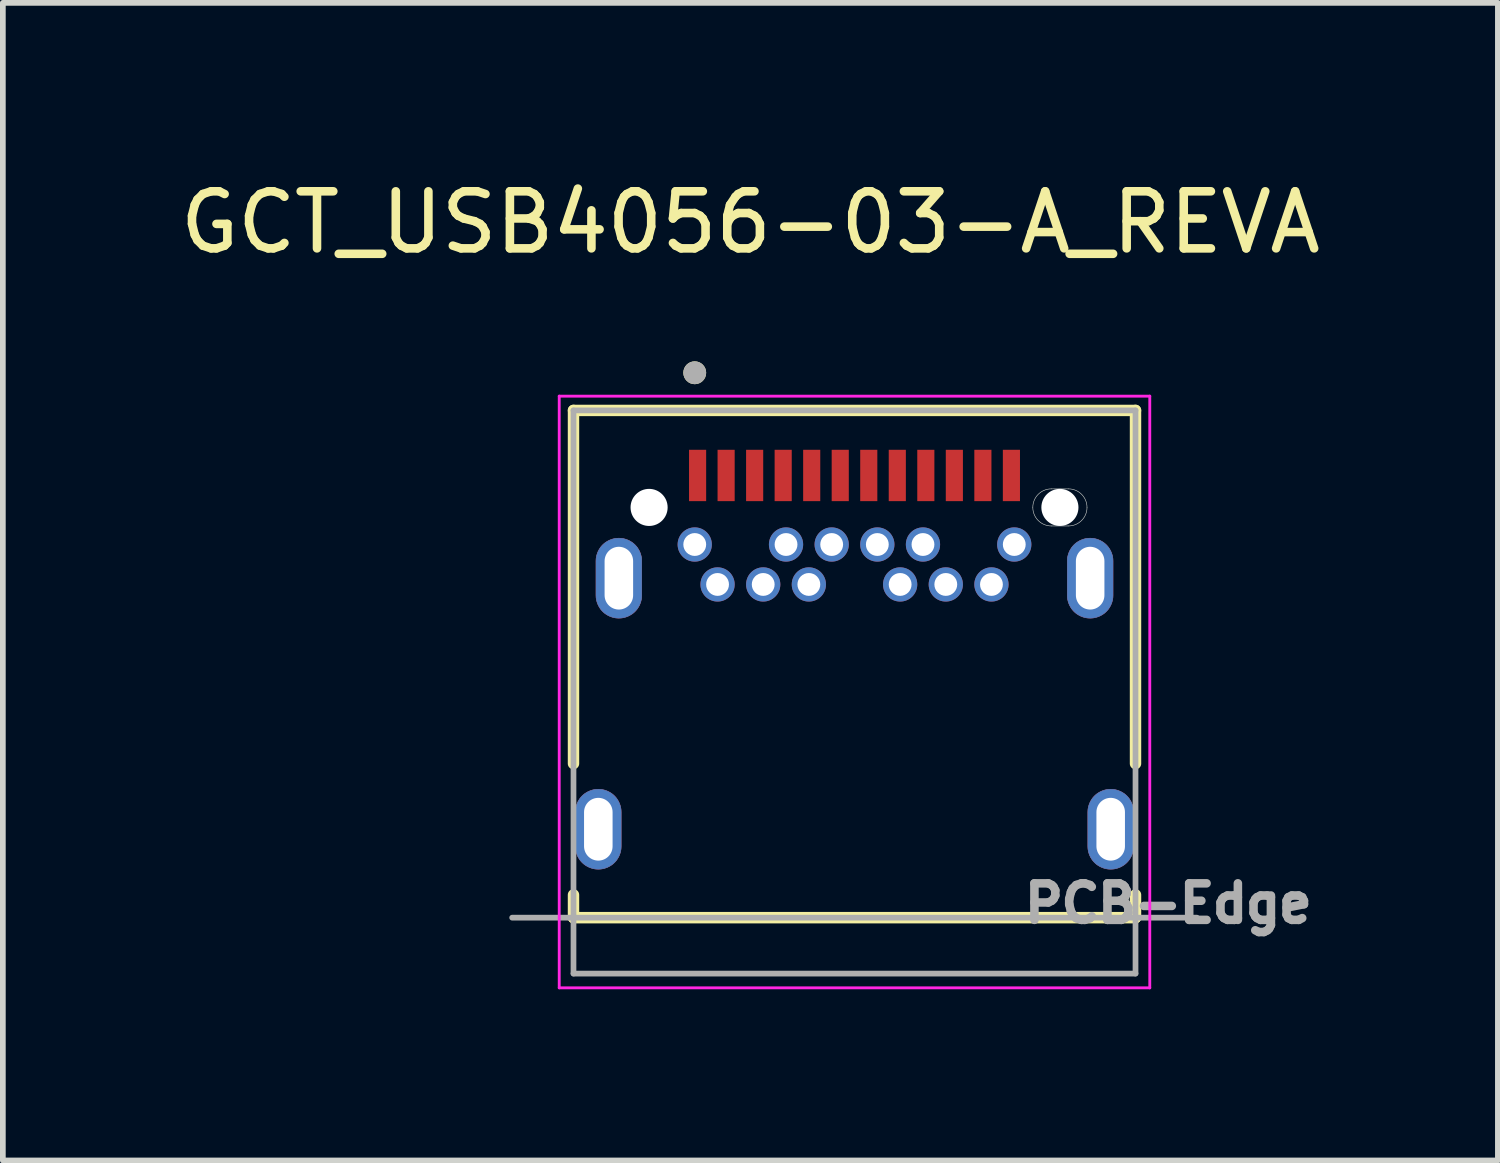
<source format=kicad_pcb>
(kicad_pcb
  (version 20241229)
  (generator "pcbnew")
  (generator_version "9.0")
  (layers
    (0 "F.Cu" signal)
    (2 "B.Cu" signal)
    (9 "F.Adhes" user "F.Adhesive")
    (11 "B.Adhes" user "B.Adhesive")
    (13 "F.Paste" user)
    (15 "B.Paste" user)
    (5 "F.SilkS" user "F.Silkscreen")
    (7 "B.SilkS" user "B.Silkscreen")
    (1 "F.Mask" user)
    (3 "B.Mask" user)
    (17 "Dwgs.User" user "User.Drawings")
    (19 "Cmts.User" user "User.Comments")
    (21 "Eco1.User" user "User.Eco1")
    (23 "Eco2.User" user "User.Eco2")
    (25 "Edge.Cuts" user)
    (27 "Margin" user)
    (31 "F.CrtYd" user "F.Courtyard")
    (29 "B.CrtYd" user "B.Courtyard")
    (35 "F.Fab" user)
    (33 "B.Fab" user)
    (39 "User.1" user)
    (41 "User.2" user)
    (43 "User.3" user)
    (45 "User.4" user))
  (footprint "GCT_USB4056-03-A_REVA"
    (layer "F.Cu")
    (at 11.926 11.483)
    (property "Reference" "GCT_USB4056-03-A_REVA" (at -1.825 -10.635 0) (layer "F.SilkS") (effects (font (size 1 1) (thickness 0.15))))
    (attr through_hole)
    (fp_poly (pts (xy -4.49 -0.7) (xy -4.511 -0.699) (xy -4.532 -0.698) (xy -4.553 -0.695) (xy -4.573 -0.691) (xy -4.594 -0.686) (xy -4.614 -0.68) (xy -4.633 -0.673) (xy -4.653 -0.665) (xy -4.672 -0.656) (xy -4.69 -0.646) (xy -4.708 -0.635) (xy -4.725 -0.624) (xy -4.742 -0.611) (xy -4.758 -0.597) (xy -4.773 -0.583) (xy -4.787 -0.568) (xy -4.801 -0.552) (xy -4.814 -0.535) (xy -4.825 -0.518) (xy -4.836 -0.5) (xy -4.846 -0.482) (xy -4.855 -0.463) (xy -4.863 -0.443) (xy -4.87 -0.424) (xy -4.876 -0.404) (xy -4.881 -0.383) (xy -4.885 -0.363) (xy -4.888 -0.342) (xy -4.889 -0.321) (xy -4.89 -0.3) (xy -4.89 0.3) (xy -4.889 0.321) (xy -4.888 0.342) (xy -4.885 0.363) (xy -4.881 0.383) (xy -4.876 0.404) (xy -4.87 0.424) (xy -4.863 0.443) (xy -4.855 0.463) (xy -4.846 0.482) (xy -4.836 0.5) (xy -4.825 0.518) (xy -4.814 0.535) (xy -4.801 0.552) (xy -4.787 0.568) (xy -4.773 0.583) (xy -4.758 0.597) (xy -4.742 0.611) (xy -4.725 0.624) (xy -4.708 0.635) (xy -4.69 0.646) (xy -4.672 0.656) (xy -4.653 0.665) (xy -4.633 0.673) (xy -4.614 0.68) (xy -4.594 0.686) (xy -4.573 0.691) (xy -4.553 0.695) (xy -4.532 0.698) (xy -4.511 0.699) (xy -4.49 0.7) (xy -4.469 0.699) (xy -4.448 0.698) (xy -4.427 0.695) (xy -4.407 0.691) (xy -4.386 0.686) (xy -4.366 0.68) (xy -4.347 0.673) (xy -4.327 0.665) (xy -4.308 0.656) (xy -4.29 0.646) (xy -4.272 0.635) (xy -4.255 0.624) (xy -4.238 0.611) (xy -4.222 0.597) (xy -4.207 0.583) (xy -4.193 0.568) (xy -4.179 0.552) (xy -4.166 0.535) (xy -4.155 0.518) (xy -4.144 0.5) (xy -4.134 0.482) (xy -4.125 0.463) (xy -4.117 0.443) (xy -4.11 0.424) (xy -4.104 0.404) (xy -4.099 0.383) (xy -4.095 0.363) (xy -4.092 0.342) (xy -4.091 0.321) (xy -4.09 0.3) (xy -4.09 -0.3) (xy -4.091 -0.321) (xy -4.092 -0.342) (xy -4.095 -0.363) (xy -4.099 -0.383) (xy -4.104 -0.404) (xy -4.11 -0.424) (xy -4.117 -0.443) (xy -4.125 -0.463) (xy -4.134 -0.482) (xy -4.144 -0.5) (xy -4.155 -0.518) (xy -4.166 -0.535) (xy -4.179 -0.552) (xy -4.193 -0.568) (xy -4.207 -0.583) (xy -4.222 -0.597) (xy -4.238 -0.611) (xy -4.255 -0.624) (xy -4.272 -0.635) (xy -4.29 -0.646) (xy -4.308 -0.656) (xy -4.327 -0.665) (xy -4.347 -0.673) (xy -4.366 -0.68) (xy -4.386 -0.686) (xy -4.407 -0.691) (xy -4.427 -0.695) (xy -4.448 -0.698) (xy -4.469 -0.699) (xy -4.49 -0.7)) (stroke (width 0.01) (type solid)) (fill yes) (layer "F.Cu"))
    (fp_poly (pts (xy -4.13 -5.1) (xy -4.151 -5.099) (xy -4.172 -5.098) (xy -4.193 -5.095) (xy -4.213 -5.091) (xy -4.234 -5.086) (xy -4.254 -5.08) (xy -4.273 -5.073) (xy -4.293 -5.065) (xy -4.312 -5.056) (xy -4.33 -5.046) (xy -4.348 -5.035) (xy -4.365 -5.024) (xy -4.382 -5.011) (xy -4.398 -4.997) (xy -4.413 -4.983) (xy -4.427 -4.968) (xy -4.441 -4.952) (xy -4.454 -4.935) (xy -4.465 -4.918) (xy -4.476 -4.9) (xy -4.486 -4.882) (xy -4.495 -4.863) (xy -4.503 -4.843) (xy -4.51 -4.824) (xy -4.516 -4.804) (xy -4.521 -4.783) (xy -4.525 -4.763) (xy -4.528 -4.742) (xy -4.529 -4.721) (xy -4.53 -4.7) (xy -4.53 -4.1) (xy -4.529 -4.079) (xy -4.528 -4.058) (xy -4.525 -4.037) (xy -4.521 -4.017) (xy -4.516 -3.996) (xy -4.51 -3.976) (xy -4.503 -3.957) (xy -4.495 -3.937) (xy -4.486 -3.918) (xy -4.476 -3.9) (xy -4.465 -3.882) (xy -4.454 -3.865) (xy -4.441 -3.848) (xy -4.427 -3.832) (xy -4.413 -3.817) (xy -4.398 -3.803) (xy -4.382 -3.789) (xy -4.365 -3.776) (xy -4.348 -3.765) (xy -4.33 -3.754) (xy -4.312 -3.744) (xy -4.293 -3.735) (xy -4.273 -3.727) (xy -4.254 -3.72) (xy -4.234 -3.714) (xy -4.213 -3.709) (xy -4.193 -3.705) (xy -4.172 -3.702) (xy -4.151 -3.701) (xy -4.13 -3.7) (xy -4.109 -3.701) (xy -4.088 -3.702) (xy -4.067 -3.705) (xy -4.047 -3.709) (xy -4.026 -3.714) (xy -4.006 -3.72) (xy -3.987 -3.727) (xy -3.967 -3.735) (xy -3.948 -3.744) (xy -3.93 -3.754) (xy -3.912 -3.765) (xy -3.895 -3.776) (xy -3.878 -3.789) (xy -3.862 -3.803) (xy -3.847 -3.817) (xy -3.833 -3.832) (xy -3.819 -3.848) (xy -3.806 -3.865) (xy -3.795 -3.882) (xy -3.784 -3.9) (xy -3.774 -3.918) (xy -3.765 -3.937) (xy -3.757 -3.957) (xy -3.75 -3.976) (xy -3.744 -3.996) (xy -3.739 -4.017) (xy -3.735 -4.037) (xy -3.732 -4.058) (xy -3.731 -4.079) (xy -3.73 -4.1) (xy -3.73 -4.7) (xy -3.731 -4.721) (xy -3.732 -4.742) (xy -3.735 -4.763) (xy -3.739 -4.783) (xy -3.744 -4.804) (xy -3.75 -4.824) (xy -3.757 -4.843) (xy -3.765 -4.863) (xy -3.774 -4.882) (xy -3.784 -4.9) (xy -3.795 -4.918) (xy -3.806 -4.935) (xy -3.819 -4.952) (xy -3.833 -4.968) (xy -3.847 -4.983) (xy -3.862 -4.997) (xy -3.878 -5.011) (xy -3.895 -5.024) (xy -3.912 -5.035) (xy -3.93 -5.046) (xy -3.948 -5.056) (xy -3.967 -5.065) (xy -3.987 -5.073) (xy -4.006 -5.08) (xy -4.026 -5.086) (xy -4.047 -5.091) (xy -4.067 -5.095) (xy -4.088 -5.098) (xy -4.109 -5.099) (xy -4.13 -5.1)) (stroke (width 0.01) (type solid)) (fill yes) (layer "F.Cu"))
    (fp_poly (pts (xy 4.13 -5.1) (xy 4.109 -5.099) (xy 4.088 -5.098) (xy 4.067 -5.095) (xy 4.047 -5.091) (xy 4.026 -5.086) (xy 4.006 -5.08) (xy 3.987 -5.073) (xy 3.967 -5.065) (xy 3.948 -5.056) (xy 3.93 -5.046) (xy 3.912 -5.035) (xy 3.895 -5.024) (xy 3.878 -5.011) (xy 3.862 -4.997) (xy 3.847 -4.983) (xy 3.833 -4.968) (xy 3.819 -4.952) (xy 3.806 -4.935) (xy 3.795 -4.918) (xy 3.784 -4.9) (xy 3.774 -4.882) (xy 3.765 -4.863) (xy 3.757 -4.843) (xy 3.75 -4.824) (xy 3.744 -4.804) (xy 3.739 -4.783) (xy 3.735 -4.763) (xy 3.732 -4.742) (xy 3.731 -4.721) (xy 3.73 -4.7) (xy 3.73 -4.1) (xy 3.731 -4.079) (xy 3.732 -4.058) (xy 3.735 -4.037) (xy 3.739 -4.017) (xy 3.744 -3.996) (xy 3.75 -3.976) (xy 3.757 -3.957) (xy 3.765 -3.937) (xy 3.774 -3.918) (xy 3.784 -3.9) (xy 3.795 -3.882) (xy 3.806 -3.865) (xy 3.819 -3.848) (xy 3.833 -3.832) (xy 3.847 -3.817) (xy 3.862 -3.803) (xy 3.878 -3.789) (xy 3.895 -3.776) (xy 3.912 -3.765) (xy 3.93 -3.754) (xy 3.948 -3.744) (xy 3.967 -3.735) (xy 3.987 -3.727) (xy 4.006 -3.72) (xy 4.026 -3.714) (xy 4.047 -3.709) (xy 4.067 -3.705) (xy 4.088 -3.702) (xy 4.109 -3.701) (xy 4.13 -3.7) (xy 4.151 -3.701) (xy 4.172 -3.702) (xy 4.193 -3.705) (xy 4.213 -3.709) (xy 4.234 -3.714) (xy 4.254 -3.72) (xy 4.273 -3.727) (xy 4.293 -3.735) (xy 4.312 -3.744) (xy 4.33 -3.754) (xy 4.348 -3.765) (xy 4.365 -3.776) (xy 4.382 -3.789) (xy 4.398 -3.803) (xy 4.413 -3.817) (xy 4.427 -3.832) (xy 4.441 -3.848) (xy 4.454 -3.865) (xy 4.465 -3.882) (xy 4.476 -3.9) (xy 4.486 -3.918) (xy 4.495 -3.937) (xy 4.503 -3.957) (xy 4.51 -3.976) (xy 4.516 -3.996) (xy 4.521 -4.017) (xy 4.525 -4.037) (xy 4.528 -4.058) (xy 4.529 -4.079) (xy 4.53 -4.1) (xy 4.53 -4.7) (xy 4.529 -4.721) (xy 4.528 -4.742) (xy 4.525 -4.763) (xy 4.521 -4.783) (xy 4.516 -4.804) (xy 4.51 -4.824) (xy 4.503 -4.843) (xy 4.495 -4.863) (xy 4.486 -4.882) (xy 4.476 -4.9) (xy 4.465 -4.918) (xy 4.454 -4.935) (xy 4.441 -4.952) (xy 4.427 -4.968) (xy 4.413 -4.983) (xy 4.398 -4.997) (xy 4.382 -5.011) (xy 4.365 -5.024) (xy 4.348 -5.035) (xy 4.33 -5.046) (xy 4.312 -5.056) (xy 4.293 -5.065) (xy 4.273 -5.073) (xy 4.254 -5.08) (xy 4.234 -5.086) (xy 4.213 -5.091) (xy 4.193 -5.095) (xy 4.172 -5.098) (xy 4.151 -5.099) (xy 4.13 -5.1)) (stroke (width 0.01) (type solid)) (fill yes) (layer "F.Cu"))
    (fp_poly (pts (xy 4.49 -0.7) (xy 4.469 -0.699) (xy 4.448 -0.698) (xy 4.427 -0.695) (xy 4.407 -0.691) (xy 4.386 -0.686) (xy 4.366 -0.68) (xy 4.347 -0.673) (xy 4.327 -0.665) (xy 4.308 -0.656) (xy 4.29 -0.646) (xy 4.272 -0.635) (xy 4.255 -0.624) (xy 4.238 -0.611) (xy 4.222 -0.597) (xy 4.207 -0.583) (xy 4.193 -0.568) (xy 4.179 -0.552) (xy 4.166 -0.535) (xy 4.155 -0.518) (xy 4.144 -0.5) (xy 4.134 -0.482) (xy 4.125 -0.463) (xy 4.117 -0.443) (xy 4.11 -0.424) (xy 4.104 -0.404) (xy 4.099 -0.383) (xy 4.095 -0.363) (xy 4.092 -0.342) (xy 4.091 -0.321) (xy 4.09 -0.3) (xy 4.09 0.3) (xy 4.091 0.321) (xy 4.092 0.342) (xy 4.095 0.363) (xy 4.099 0.383) (xy 4.104 0.404) (xy 4.11 0.424) (xy 4.117 0.443) (xy 4.125 0.463) (xy 4.134 0.482) (xy 4.144 0.5) (xy 4.155 0.518) (xy 4.166 0.535) (xy 4.179 0.552) (xy 4.193 0.568) (xy 4.207 0.583) (xy 4.222 0.597) (xy 4.238 0.611) (xy 4.255 0.624) (xy 4.272 0.635) (xy 4.29 0.646) (xy 4.308 0.656) (xy 4.327 0.665) (xy 4.347 0.673) (xy 4.366 0.68) (xy 4.386 0.686) (xy 4.407 0.691) (xy 4.427 0.695) (xy 4.448 0.698) (xy 4.469 0.699) (xy 4.49 0.7) (xy 4.511 0.699) (xy 4.532 0.698) (xy 4.553 0.695) (xy 4.573 0.691) (xy 4.594 0.686) (xy 4.614 0.68) (xy 4.633 0.673) (xy 4.653 0.665) (xy 4.672 0.656) (xy 4.69 0.646) (xy 4.708 0.635) (xy 4.725 0.624) (xy 4.742 0.611) (xy 4.758 0.597) (xy 4.773 0.583) (xy 4.787 0.568) (xy 4.801 0.552) (xy 4.814 0.535) (xy 4.825 0.518) (xy 4.836 0.5) (xy 4.846 0.482) (xy 4.855 0.463) (xy 4.863 0.443) (xy 4.87 0.424) (xy 4.876 0.404) (xy 4.881 0.383) (xy 4.885 0.363) (xy 4.888 0.342) (xy 4.889 0.321) (xy 4.89 0.3) (xy 4.89 -0.3) (xy 4.889 -0.321) (xy 4.888 -0.342) (xy 4.885 -0.363) (xy 4.881 -0.383) (xy 4.876 -0.404) (xy 4.87 -0.424) (xy 4.863 -0.443) (xy 4.855 -0.463) (xy 4.846 -0.482) (xy 4.836 -0.5) (xy 4.825 -0.518) (xy 4.814 -0.535) (xy 4.801 -0.552) (xy 4.787 -0.568) (xy 4.773 -0.583) (xy 4.758 -0.597) (xy 4.742 -0.611) (xy 4.725 -0.624) (xy 4.708 -0.635) (xy 4.69 -0.646) (xy 4.672 -0.656) (xy 4.653 -0.665) (xy 4.633 -0.673) (xy 4.614 -0.68) (xy 4.594 -0.686) (xy 4.573 -0.691) (xy 4.553 -0.695) (xy 4.532 -0.698) (xy 4.511 -0.699) (xy 4.49 -0.7)) (stroke (width 0.01) (type solid)) (fill yes) (layer "F.Cu"))
    (fp_poly (pts (xy -4.49 -0.8) (xy -4.516 -0.799) (xy -4.542 -0.797) (xy -4.568 -0.794) (xy -4.594 -0.789) (xy -4.619 -0.783) (xy -4.645 -0.776) (xy -4.669 -0.767) (xy -4.693 -0.757) (xy -4.717 -0.746) (xy -4.74 -0.733) (xy -4.762 -0.719) (xy -4.784 -0.705) (xy -4.805 -0.689) (xy -4.825 -0.672) (xy -4.844 -0.654) (xy -4.862 -0.635) (xy -4.879 -0.615) (xy -4.895 -0.594) (xy -4.909 -0.572) (xy -4.923 -0.55) (xy -4.936 -0.527) (xy -4.947 -0.503) (xy -4.957 -0.479) (xy -4.966 -0.455) (xy -4.973 -0.429) (xy -4.979 -0.404) (xy -4.984 -0.378) (xy -4.987 -0.352) (xy -4.989 -0.326) (xy -4.99 -0.3) (xy -4.99 0.3) (xy -4.989 0.326) (xy -4.987 0.352) (xy -4.984 0.378) (xy -4.979 0.404) (xy -4.973 0.429) (xy -4.966 0.455) (xy -4.957 0.479) (xy -4.947 0.503) (xy -4.936 0.527) (xy -4.923 0.55) (xy -4.909 0.572) (xy -4.895 0.594) (xy -4.879 0.615) (xy -4.862 0.635) (xy -4.844 0.654) (xy -4.825 0.672) (xy -4.805 0.689) (xy -4.784 0.705) (xy -4.762 0.719) (xy -4.74 0.733) (xy -4.717 0.746) (xy -4.693 0.757) (xy -4.669 0.767) (xy -4.645 0.776) (xy -4.619 0.783) (xy -4.594 0.789) (xy -4.568 0.794) (xy -4.542 0.797) (xy -4.516 0.799) (xy -4.49 0.8) (xy -4.464 0.799) (xy -4.438 0.797) (xy -4.412 0.794) (xy -4.386 0.789) (xy -4.361 0.783) (xy -4.335 0.776) (xy -4.311 0.767) (xy -4.287 0.757) (xy -4.263 0.746) (xy -4.24 0.733) (xy -4.218 0.719) (xy -4.196 0.705) (xy -4.175 0.689) (xy -4.155 0.672) (xy -4.136 0.654) (xy -4.118 0.635) (xy -4.101 0.615) (xy -4.085 0.594) (xy -4.071 0.572) (xy -4.057 0.55) (xy -4.044 0.527) (xy -4.033 0.503) (xy -4.023 0.479) (xy -4.014 0.455) (xy -4.007 0.429) (xy -4.001 0.404) (xy -3.996 0.378) (xy -3.993 0.352) (xy -3.991 0.326) (xy -3.99 0.3) (xy -3.99 -0.3) (xy -3.991 -0.326) (xy -3.993 -0.352) (xy -3.996 -0.378) (xy -4.001 -0.404) (xy -4.007 -0.429) (xy -4.014 -0.455) (xy -4.023 -0.479) (xy -4.033 -0.503) (xy -4.044 -0.527) (xy -4.057 -0.55) (xy -4.071 -0.572) (xy -4.085 -0.594) (xy -4.101 -0.615) (xy -4.118 -0.635) (xy -4.136 -0.654) (xy -4.155 -0.672) (xy -4.175 -0.689) (xy -4.196 -0.705) (xy -4.218 -0.719) (xy -4.24 -0.733) (xy -4.263 -0.746) (xy -4.287 -0.757) (xy -4.311 -0.767) (xy -4.335 -0.776) (xy -4.361 -0.783) (xy -4.386 -0.789) (xy -4.412 -0.794) (xy -4.438 -0.797) (xy -4.464 -0.799) (xy -4.49 -0.8)) (stroke (width 0.01) (type solid)) (fill yes) (layer "F.Mask"))
    (fp_poly (pts (xy -4.13 -5.2) (xy -4.156 -5.199) (xy -4.182 -5.197) (xy -4.208 -5.194) (xy -4.234 -5.189) (xy -4.259 -5.183) (xy -4.285 -5.176) (xy -4.309 -5.167) (xy -4.333 -5.157) (xy -4.357 -5.146) (xy -4.38 -5.133) (xy -4.402 -5.119) (xy -4.424 -5.105) (xy -4.445 -5.089) (xy -4.465 -5.072) (xy -4.484 -5.054) (xy -4.502 -5.035) (xy -4.519 -5.015) (xy -4.535 -4.994) (xy -4.549 -4.972) (xy -4.563 -4.95) (xy -4.576 -4.927) (xy -4.587 -4.903) (xy -4.597 -4.879) (xy -4.606 -4.855) (xy -4.613 -4.829) (xy -4.619 -4.804) (xy -4.624 -4.778) (xy -4.627 -4.752) (xy -4.629 -4.726) (xy -4.63 -4.7) (xy -4.63 -4.1) (xy -4.629 -4.074) (xy -4.627 -4.048) (xy -4.624 -4.022) (xy -4.619 -3.996) (xy -4.613 -3.971) (xy -4.606 -3.945) (xy -4.597 -3.921) (xy -4.587 -3.897) (xy -4.576 -3.873) (xy -4.563 -3.85) (xy -4.549 -3.828) (xy -4.535 -3.806) (xy -4.519 -3.785) (xy -4.502 -3.765) (xy -4.484 -3.746) (xy -4.465 -3.728) (xy -4.445 -3.711) (xy -4.424 -3.695) (xy -4.402 -3.681) (xy -4.38 -3.667) (xy -4.357 -3.654) (xy -4.333 -3.643) (xy -4.309 -3.633) (xy -4.285 -3.624) (xy -4.259 -3.617) (xy -4.234 -3.611) (xy -4.208 -3.606) (xy -4.182 -3.603) (xy -4.156 -3.601) (xy -4.13 -3.6) (xy -4.104 -3.601) (xy -4.078 -3.603) (xy -4.052 -3.606) (xy -4.026 -3.611) (xy -4.001 -3.617) (xy -3.975 -3.624) (xy -3.951 -3.633) (xy -3.927 -3.643) (xy -3.903 -3.654) (xy -3.88 -3.667) (xy -3.858 -3.681) (xy -3.836 -3.695) (xy -3.815 -3.711) (xy -3.795 -3.728) (xy -3.776 -3.746) (xy -3.758 -3.765) (xy -3.741 -3.785) (xy -3.725 -3.806) (xy -3.711 -3.828) (xy -3.697 -3.85) (xy -3.684 -3.873) (xy -3.673 -3.897) (xy -3.663 -3.921) (xy -3.654 -3.945) (xy -3.647 -3.971) (xy -3.641 -3.996) (xy -3.636 -4.022) (xy -3.633 -4.048) (xy -3.631 -4.074) (xy -3.63 -4.1) (xy -3.63 -4.7) (xy -3.631 -4.726) (xy -3.633 -4.752) (xy -3.636 -4.778) (xy -3.641 -4.804) (xy -3.647 -4.829) (xy -3.654 -4.855) (xy -3.663 -4.879) (xy -3.673 -4.903) (xy -3.684 -4.927) (xy -3.697 -4.95) (xy -3.711 -4.972) (xy -3.725 -4.994) (xy -3.741 -5.015) (xy -3.758 -5.035) (xy -3.776 -5.054) (xy -3.795 -5.072) (xy -3.815 -5.089) (xy -3.836 -5.105) (xy -3.858 -5.119) (xy -3.88 -5.133) (xy -3.903 -5.146) (xy -3.927 -5.157) (xy -3.951 -5.167) (xy -3.975 -5.176) (xy -4.001 -5.183) (xy -4.026 -5.189) (xy -4.052 -5.194) (xy -4.078 -5.197) (xy -4.104 -5.199) (xy -4.13 -5.2)) (stroke (width 0.01) (type solid)) (fill yes) (layer "F.Mask"))
    (fp_poly (pts (xy 3.025 -5.64) (xy 3.026 -5.662) (xy 3.027 -5.684) (xy 3.03 -5.706) (xy 3.034 -5.728) (xy 3.039 -5.75) (xy 3.046 -5.771) (xy 3.053 -5.792) (xy 3.062 -5.813) (xy 3.071 -5.833) (xy 3.082 -5.853) (xy 3.094 -5.871) (xy 3.106 -5.89) (xy 3.12 -5.907) (xy 3.134 -5.924) (xy 3.149 -5.941) (xy 3.166 -5.956) (xy 3.183 -5.97) (xy 3.2 -5.984) (xy 3.219 -5.996) (xy 3.237 -6.008) (xy 3.257 -6.019) (xy 3.277 -6.028) (xy 3.298 -6.037) (xy 3.319 -6.044) (xy 3.34 -6.051) (xy 3.362 -6.056) (xy 3.384 -6.06) (xy 3.406 -6.063) (xy 3.428 -6.064) (xy 3.45 -6.065) (xy 3.75 -6.065) (xy 3.772 -6.064) (xy 3.794 -6.063) (xy 3.816 -6.06) (xy 3.838 -6.056) (xy 3.86 -6.051) (xy 3.881 -6.044) (xy 3.902 -6.037) (xy 3.923 -6.028) (xy 3.943 -6.019) (xy 3.962 -6.008) (xy 3.981 -5.996) (xy 4 -5.984) (xy 4.017 -5.97) (xy 4.034 -5.956) (xy 4.051 -5.941) (xy 4.066 -5.924) (xy 4.08 -5.907) (xy 4.094 -5.89) (xy 4.106 -5.871) (xy 4.118 -5.853) (xy 4.129 -5.833) (xy 4.138 -5.813) (xy 4.147 -5.792) (xy 4.154 -5.771) (xy 4.161 -5.75) (xy 4.166 -5.728) (xy 4.17 -5.706) (xy 4.173 -5.684) (xy 4.174 -5.662) (xy 4.175 -5.64) (xy 4.174 -5.618) (xy 4.173 -5.596) (xy 4.17 -5.574) (xy 4.166 -5.552) (xy 4.161 -5.53) (xy 4.154 -5.509) (xy 4.147 -5.488) (xy 4.138 -5.467) (xy 4.129 -5.447) (xy 4.118 -5.428) (xy 4.106 -5.409) (xy 4.094 -5.39) (xy 4.08 -5.373) (xy 4.066 -5.356) (xy 4.051 -5.339) (xy 4.034 -5.324) (xy 4.017 -5.31) (xy 4 -5.296) (xy 3.981 -5.284) (xy 3.962 -5.272) (xy 3.943 -5.261) (xy 3.923 -5.252) (xy 3.902 -5.243) (xy 3.881 -5.236) (xy 3.86 -5.229) (xy 3.838 -5.224) (xy 3.816 -5.22) (xy 3.794 -5.217) (xy 3.772 -5.216) (xy 3.75 -5.215) (xy 3.45 -5.215) (xy 3.428 -5.216) (xy 3.406 -5.217) (xy 3.384 -5.22) (xy 3.362 -5.224) (xy 3.34 -5.229) (xy 3.319 -5.236) (xy 3.298 -5.243) (xy 3.277 -5.252) (xy 3.257 -5.261) (xy 3.237 -5.272) (xy 3.219 -5.284) (xy 3.2 -5.296) (xy 3.183 -5.31) (xy 3.166 -5.324) (xy 3.149 -5.339) (xy 3.134 -5.356) (xy 3.12 -5.373) (xy 3.106 -5.39) (xy 3.094 -5.409) (xy 3.082 -5.428) (xy 3.071 -5.447) (xy 3.062 -5.467) (xy 3.053 -5.488) (xy 3.046 -5.509) (xy 3.039 -5.53) (xy 3.034 -5.552) (xy 3.03 -5.574) (xy 3.027 -5.596) (xy 3.026 -5.618) (xy 3.025 -5.64)) (stroke (width 0.01) (type solid)) (fill yes) (layer "F.Mask"))
    (fp_poly (pts (xy 4.13 -5.2) (xy 4.104 -5.199) (xy 4.078 -5.197) (xy 4.052 -5.194) (xy 4.026 -5.189) (xy 4.001 -5.183) (xy 3.975 -5.176) (xy 3.951 -5.167) (xy 3.927 -5.157) (xy 3.903 -5.146) (xy 3.88 -5.133) (xy 3.858 -5.119) (xy 3.836 -5.105) (xy 3.815 -5.089) (xy 3.795 -5.072) (xy 3.776 -5.054) (xy 3.758 -5.035) (xy 3.741 -5.015) (xy 3.725 -4.994) (xy 3.711 -4.972) (xy 3.697 -4.95) (xy 3.684 -4.927) (xy 3.673 -4.903) (xy 3.663 -4.879) (xy 3.654 -4.855) (xy 3.647 -4.829) (xy 3.641 -4.804) (xy 3.636 -4.778) (xy 3.633 -4.752) (xy 3.631 -4.726) (xy 3.63 -4.7) (xy 3.63 -4.1) (xy 3.631 -4.074) (xy 3.633 -4.048) (xy 3.636 -4.022) (xy 3.641 -3.996) (xy 3.647 -3.971) (xy 3.654 -3.945) (xy 3.663 -3.921) (xy 3.673 -3.897) (xy 3.684 -3.873) (xy 3.697 -3.85) (xy 3.711 -3.828) (xy 3.725 -3.806) (xy 3.741 -3.785) (xy 3.758 -3.765) (xy 3.776 -3.746) (xy 3.795 -3.728) (xy 3.815 -3.711) (xy 3.836 -3.695) (xy 3.858 -3.681) (xy 3.88 -3.667) (xy 3.903 -3.654) (xy 3.927 -3.643) (xy 3.951 -3.633) (xy 3.975 -3.624) (xy 4.001 -3.617) (xy 4.026 -3.611) (xy 4.052 -3.606) (xy 4.078 -3.603) (xy 4.104 -3.601) (xy 4.13 -3.6) (xy 4.156 -3.601) (xy 4.182 -3.603) (xy 4.208 -3.606) (xy 4.234 -3.611) (xy 4.259 -3.617) (xy 4.285 -3.624) (xy 4.309 -3.633) (xy 4.333 -3.643) (xy 4.357 -3.654) (xy 4.38 -3.667) (xy 4.402 -3.681) (xy 4.424 -3.695) (xy 4.445 -3.711) (xy 4.465 -3.728) (xy 4.484 -3.746) (xy 4.502 -3.765) (xy 4.519 -3.785) (xy 4.535 -3.806) (xy 4.549 -3.828) (xy 4.563 -3.85) (xy 4.576 -3.873) (xy 4.587 -3.897) (xy 4.597 -3.921) (xy 4.606 -3.945) (xy 4.613 -3.971) (xy 4.619 -3.996) (xy 4.624 -4.022) (xy 4.627 -4.048) (xy 4.629 -4.074) (xy 4.63 -4.1) (xy 4.63 -4.7) (xy 4.629 -4.726) (xy 4.627 -4.752) (xy 4.624 -4.778) (xy 4.619 -4.804) (xy 4.613 -4.829) (xy 4.606 -4.855) (xy 4.597 -4.879) (xy 4.587 -4.903) (xy 4.576 -4.927) (xy 4.563 -4.95) (xy 4.549 -4.972) (xy 4.535 -4.994) (xy 4.519 -5.015) (xy 4.502 -5.035) (xy 4.484 -5.054) (xy 4.465 -5.072) (xy 4.445 -5.089) (xy 4.424 -5.105) (xy 4.402 -5.119) (xy 4.38 -5.133) (xy 4.357 -5.146) (xy 4.333 -5.157) (xy 4.309 -5.167) (xy 4.285 -5.176) (xy 4.259 -5.183) (xy 4.234 -5.189) (xy 4.208 -5.194) (xy 4.182 -5.197) (xy 4.156 -5.199) (xy 4.13 -5.2)) (stroke (width 0.01) (type solid)) (fill yes) (layer "F.Mask"))
    (fp_poly (pts (xy 4.49 -0.8) (xy 4.464 -0.799) (xy 4.438 -0.797) (xy 4.412 -0.794) (xy 4.386 -0.789) (xy 4.361 -0.783) (xy 4.335 -0.776) (xy 4.311 -0.767) (xy 4.287 -0.757) (xy 4.263 -0.746) (xy 4.24 -0.733) (xy 4.218 -0.719) (xy 4.196 -0.705) (xy 4.175 -0.689) (xy 4.155 -0.672) (xy 4.136 -0.654) (xy 4.118 -0.635) (xy 4.101 -0.615) (xy 4.085 -0.594) (xy 4.071 -0.572) (xy 4.057 -0.55) (xy 4.044 -0.527) (xy 4.033 -0.503) (xy 4.023 -0.479) (xy 4.014 -0.455) (xy 4.007 -0.429) (xy 4.001 -0.404) (xy 3.996 -0.378) (xy 3.993 -0.352) (xy 3.991 -0.326) (xy 3.99 -0.3) (xy 3.99 0.3) (xy 3.991 0.326) (xy 3.993 0.352) (xy 3.996 0.378) (xy 4.001 0.404) (xy 4.007 0.429) (xy 4.014 0.455) (xy 4.023 0.479) (xy 4.033 0.503) (xy 4.044 0.527) (xy 4.057 0.55) (xy 4.071 0.572) (xy 4.085 0.594) (xy 4.101 0.615) (xy 4.118 0.635) (xy 4.136 0.654) (xy 4.155 0.672) (xy 4.175 0.689) (xy 4.196 0.705) (xy 4.218 0.719) (xy 4.24 0.733) (xy 4.263 0.746) (xy 4.287 0.757) (xy 4.311 0.767) (xy 4.335 0.776) (xy 4.361 0.783) (xy 4.386 0.789) (xy 4.412 0.794) (xy 4.438 0.797) (xy 4.464 0.799) (xy 4.49 0.8) (xy 4.516 0.799) (xy 4.542 0.797) (xy 4.568 0.794) (xy 4.594 0.789) (xy 4.619 0.783) (xy 4.645 0.776) (xy 4.669 0.767) (xy 4.693 0.757) (xy 4.717 0.746) (xy 4.74 0.733) (xy 4.762 0.719) (xy 4.784 0.705) (xy 4.805 0.689) (xy 4.825 0.672) (xy 4.844 0.654) (xy 4.862 0.635) (xy 4.879 0.615) (xy 4.895 0.594) (xy 4.909 0.572) (xy 4.923 0.55) (xy 4.936 0.527) (xy 4.947 0.503) (xy 4.957 0.479) (xy 4.966 0.455) (xy 4.973 0.429) (xy 4.979 0.404) (xy 4.984 0.378) (xy 4.987 0.352) (xy 4.989 0.326) (xy 4.99 0.3) (xy 4.99 -0.3) (xy 4.989 -0.326) (xy 4.987 -0.352) (xy 4.984 -0.378) (xy 4.979 -0.404) (xy 4.973 -0.429) (xy 4.966 -0.455) (xy 4.957 -0.479) (xy 4.947 -0.503) (xy 4.936 -0.527) (xy 4.923 -0.55) (xy 4.909 -0.572) (xy 4.895 -0.594) (xy 4.879 -0.615) (xy 4.862 -0.635) (xy 4.844 -0.654) (xy 4.825 -0.672) (xy 4.805 -0.689) (xy 4.784 -0.705) (xy 4.762 -0.719) (xy 4.74 -0.733) (xy 4.717 -0.746) (xy 4.693 -0.757) (xy 4.669 -0.767) (xy 4.645 -0.776) (xy 4.619 -0.783) (xy 4.594 -0.789) (xy 4.568 -0.794) (xy 4.542 -0.797) (xy 4.516 -0.799) (xy 4.49 -0.8)) (stroke (width 0.01) (type solid)) (fill yes) (layer "F.Mask"))
    (fp_poly (pts (xy -4.49 -0.7) (xy -4.511 -0.699) (xy -4.532 -0.698) (xy -4.553 -0.695) (xy -4.573 -0.691) (xy -4.594 -0.686) (xy -4.614 -0.68) (xy -4.633 -0.673) (xy -4.653 -0.665) (xy -4.672 -0.656) (xy -4.69 -0.646) (xy -4.708 -0.635) (xy -4.725 -0.624) (xy -4.742 -0.611) (xy -4.758 -0.597) (xy -4.773 -0.583) (xy -4.787 -0.568) (xy -4.801 -0.552) (xy -4.814 -0.535) (xy -4.825 -0.518) (xy -4.836 -0.5) (xy -4.846 -0.482) (xy -4.855 -0.463) (xy -4.863 -0.443) (xy -4.87 -0.424) (xy -4.876 -0.404) (xy -4.881 -0.383) (xy -4.885 -0.363) (xy -4.888 -0.342) (xy -4.889 -0.321) (xy -4.89 -0.3) (xy -4.89 0.3) (xy -4.889 0.321) (xy -4.888 0.342) (xy -4.885 0.363) (xy -4.881 0.383) (xy -4.876 0.404) (xy -4.87 0.424) (xy -4.863 0.443) (xy -4.855 0.463) (xy -4.846 0.482) (xy -4.836 0.5) (xy -4.825 0.518) (xy -4.814 0.535) (xy -4.801 0.552) (xy -4.787 0.568) (xy -4.773 0.583) (xy -4.758 0.597) (xy -4.742 0.611) (xy -4.725 0.624) (xy -4.708 0.635) (xy -4.69 0.646) (xy -4.672 0.656) (xy -4.653 0.665) (xy -4.633 0.673) (xy -4.614 0.68) (xy -4.594 0.686) (xy -4.573 0.691) (xy -4.553 0.695) (xy -4.532 0.698) (xy -4.511 0.699) (xy -4.49 0.7) (xy -4.469 0.699) (xy -4.448 0.698) (xy -4.427 0.695) (xy -4.407 0.691) (xy -4.386 0.686) (xy -4.366 0.68) (xy -4.347 0.673) (xy -4.327 0.665) (xy -4.308 0.656) (xy -4.29 0.646) (xy -4.272 0.635) (xy -4.255 0.624) (xy -4.238 0.611) (xy -4.222 0.597) (xy -4.207 0.583) (xy -4.193 0.568) (xy -4.179 0.552) (xy -4.166 0.535) (xy -4.155 0.518) (xy -4.144 0.5) (xy -4.134 0.482) (xy -4.125 0.463) (xy -4.117 0.443) (xy -4.11 0.424) (xy -4.104 0.404) (xy -4.099 0.383) (xy -4.095 0.363) (xy -4.092 0.342) (xy -4.091 0.321) (xy -4.09 0.3) (xy -4.09 -0.3) (xy -4.091 -0.321) (xy -4.092 -0.342) (xy -4.095 -0.363) (xy -4.099 -0.383) (xy -4.104 -0.404) (xy -4.11 -0.424) (xy -4.117 -0.443) (xy -4.125 -0.463) (xy -4.134 -0.482) (xy -4.144 -0.5) (xy -4.155 -0.518) (xy -4.166 -0.535) (xy -4.179 -0.552) (xy -4.193 -0.568) (xy -4.207 -0.583) (xy -4.222 -0.597) (xy -4.238 -0.611) (xy -4.255 -0.624) (xy -4.272 -0.635) (xy -4.29 -0.646) (xy -4.308 -0.656) (xy -4.327 -0.665) (xy -4.347 -0.673) (xy -4.366 -0.68) (xy -4.386 -0.686) (xy -4.407 -0.691) (xy -4.427 -0.695) (xy -4.448 -0.698) (xy -4.469 -0.699) (xy -4.49 -0.7)) (stroke (width 0.01) (type solid)) (fill yes) (layer "B.Cu"))
    (fp_poly (pts (xy -4.13 -5.1) (xy -4.151 -5.099) (xy -4.172 -5.098) (xy -4.193 -5.095) (xy -4.213 -5.091) (xy -4.234 -5.086) (xy -4.254 -5.08) (xy -4.273 -5.073) (xy -4.293 -5.065) (xy -4.312 -5.056) (xy -4.33 -5.046) (xy -4.348 -5.035) (xy -4.365 -5.024) (xy -4.382 -5.011) (xy -4.398 -4.997) (xy -4.413 -4.983) (xy -4.427 -4.968) (xy -4.441 -4.952) (xy -4.454 -4.935) (xy -4.465 -4.918) (xy -4.476 -4.9) (xy -4.486 -4.882) (xy -4.495 -4.863) (xy -4.503 -4.843) (xy -4.51 -4.824) (xy -4.516 -4.804) (xy -4.521 -4.783) (xy -4.525 -4.763) (xy -4.528 -4.742) (xy -4.529 -4.721) (xy -4.53 -4.7) (xy -4.53 -4.1) (xy -4.529 -4.079) (xy -4.528 -4.058) (xy -4.525 -4.037) (xy -4.521 -4.017) (xy -4.516 -3.996) (xy -4.51 -3.976) (xy -4.503 -3.957) (xy -4.495 -3.937) (xy -4.486 -3.918) (xy -4.476 -3.9) (xy -4.465 -3.882) (xy -4.454 -3.865) (xy -4.441 -3.848) (xy -4.427 -3.832) (xy -4.413 -3.817) (xy -4.398 -3.803) (xy -4.382 -3.789) (xy -4.365 -3.776) (xy -4.348 -3.765) (xy -4.33 -3.754) (xy -4.312 -3.744) (xy -4.293 -3.735) (xy -4.273 -3.727) (xy -4.254 -3.72) (xy -4.234 -3.714) (xy -4.213 -3.709) (xy -4.193 -3.705) (xy -4.172 -3.702) (xy -4.151 -3.701) (xy -4.13 -3.7) (xy -4.109 -3.701) (xy -4.088 -3.702) (xy -4.067 -3.705) (xy -4.047 -3.709) (xy -4.026 -3.714) (xy -4.006 -3.72) (xy -3.987 -3.727) (xy -3.967 -3.735) (xy -3.948 -3.744) (xy -3.93 -3.754) (xy -3.912 -3.765) (xy -3.895 -3.776) (xy -3.878 -3.789) (xy -3.862 -3.803) (xy -3.847 -3.817) (xy -3.833 -3.832) (xy -3.819 -3.848) (xy -3.806 -3.865) (xy -3.795 -3.882) (xy -3.784 -3.9) (xy -3.774 -3.918) (xy -3.765 -3.937) (xy -3.757 -3.957) (xy -3.75 -3.976) (xy -3.744 -3.996) (xy -3.739 -4.017) (xy -3.735 -4.037) (xy -3.732 -4.058) (xy -3.731 -4.079) (xy -3.73 -4.1) (xy -3.73 -4.7) (xy -3.731 -4.721) (xy -3.732 -4.742) (xy -3.735 -4.763) (xy -3.739 -4.783) (xy -3.744 -4.804) (xy -3.75 -4.824) (xy -3.757 -4.843) (xy -3.765 -4.863) (xy -3.774 -4.882) (xy -3.784 -4.9) (xy -3.795 -4.918) (xy -3.806 -4.935) (xy -3.819 -4.952) (xy -3.833 -4.968) (xy -3.847 -4.983) (xy -3.862 -4.997) (xy -3.878 -5.011) (xy -3.895 -5.024) (xy -3.912 -5.035) (xy -3.93 -5.046) (xy -3.948 -5.056) (xy -3.967 -5.065) (xy -3.987 -5.073) (xy -4.006 -5.08) (xy -4.026 -5.086) (xy -4.047 -5.091) (xy -4.067 -5.095) (xy -4.088 -5.098) (xy -4.109 -5.099) (xy -4.13 -5.1)) (stroke (width 0.01) (type solid)) (fill yes) (layer "B.Cu"))
    (fp_poly (pts (xy 4.13 -5.1) (xy 4.109 -5.099) (xy 4.088 -5.098) (xy 4.067 -5.095) (xy 4.047 -5.091) (xy 4.026 -5.086) (xy 4.006 -5.08) (xy 3.987 -5.073) (xy 3.967 -5.065) (xy 3.948 -5.056) (xy 3.93 -5.046) (xy 3.912 -5.035) (xy 3.895 -5.024) (xy 3.878 -5.011) (xy 3.862 -4.997) (xy 3.847 -4.983) (xy 3.833 -4.968) (xy 3.819 -4.952) (xy 3.806 -4.935) (xy 3.795 -4.918) (xy 3.784 -4.9) (xy 3.774 -4.882) (xy 3.765 -4.863) (xy 3.757 -4.843) (xy 3.75 -4.824) (xy 3.744 -4.804) (xy 3.739 -4.783) (xy 3.735 -4.763) (xy 3.732 -4.742) (xy 3.731 -4.721) (xy 3.73 -4.7) (xy 3.73 -4.1) (xy 3.731 -4.079) (xy 3.732 -4.058) (xy 3.735 -4.037) (xy 3.739 -4.017) (xy 3.744 -3.996) (xy 3.75 -3.976) (xy 3.757 -3.957) (xy 3.765 -3.937) (xy 3.774 -3.918) (xy 3.784 -3.9) (xy 3.795 -3.882) (xy 3.806 -3.865) (xy 3.819 -3.848) (xy 3.833 -3.832) (xy 3.847 -3.817) (xy 3.862 -3.803) (xy 3.878 -3.789) (xy 3.895 -3.776) (xy 3.912 -3.765) (xy 3.93 -3.754) (xy 3.948 -3.744) (xy 3.967 -3.735) (xy 3.987 -3.727) (xy 4.006 -3.72) (xy 4.026 -3.714) (xy 4.047 -3.709) (xy 4.067 -3.705) (xy 4.088 -3.702) (xy 4.109 -3.701) (xy 4.13 -3.7) (xy 4.151 -3.701) (xy 4.172 -3.702) (xy 4.193 -3.705) (xy 4.213 -3.709) (xy 4.234 -3.714) (xy 4.254 -3.72) (xy 4.273 -3.727) (xy 4.293 -3.735) (xy 4.312 -3.744) (xy 4.33 -3.754) (xy 4.348 -3.765) (xy 4.365 -3.776) (xy 4.382 -3.789) (xy 4.398 -3.803) (xy 4.413 -3.817) (xy 4.427 -3.832) (xy 4.441 -3.848) (xy 4.454 -3.865) (xy 4.465 -3.882) (xy 4.476 -3.9) (xy 4.486 -3.918) (xy 4.495 -3.937) (xy 4.503 -3.957) (xy 4.51 -3.976) (xy 4.516 -3.996) (xy 4.521 -4.017) (xy 4.525 -4.037) (xy 4.528 -4.058) (xy 4.529 -4.079) (xy 4.53 -4.1) (xy 4.53 -4.7) (xy 4.529 -4.721) (xy 4.528 -4.742) (xy 4.525 -4.763) (xy 4.521 -4.783) (xy 4.516 -4.804) (xy 4.51 -4.824) (xy 4.503 -4.843) (xy 4.495 -4.863) (xy 4.486 -4.882) (xy 4.476 -4.9) (xy 4.465 -4.918) (xy 4.454 -4.935) (xy 4.441 -4.952) (xy 4.427 -4.968) (xy 4.413 -4.983) (xy 4.398 -4.997) (xy 4.382 -5.011) (xy 4.365 -5.024) (xy 4.348 -5.035) (xy 4.33 -5.046) (xy 4.312 -5.056) (xy 4.293 -5.065) (xy 4.273 -5.073) (xy 4.254 -5.08) (xy 4.234 -5.086) (xy 4.213 -5.091) (xy 4.193 -5.095) (xy 4.172 -5.098) (xy 4.151 -5.099) (xy 4.13 -5.1)) (stroke (width 0.01) (type solid)) (fill yes) (layer "B.Cu"))
    (fp_poly (pts (xy 4.49 -0.7) (xy 4.469 -0.699) (xy 4.448 -0.698) (xy 4.427 -0.695) (xy 4.407 -0.691) (xy 4.386 -0.686) (xy 4.366 -0.68) (xy 4.347 -0.673) (xy 4.327 -0.665) (xy 4.308 -0.656) (xy 4.29 -0.646) (xy 4.272 -0.635) (xy 4.255 -0.624) (xy 4.238 -0.611) (xy 4.222 -0.597) (xy 4.207 -0.583) (xy 4.193 -0.568) (xy 4.179 -0.552) (xy 4.166 -0.535) (xy 4.155 -0.518) (xy 4.144 -0.5) (xy 4.134 -0.482) (xy 4.125 -0.463) (xy 4.117 -0.443) (xy 4.11 -0.424) (xy 4.104 -0.404) (xy 4.099 -0.383) (xy 4.095 -0.363) (xy 4.092 -0.342) (xy 4.091 -0.321) (xy 4.09 -0.3) (xy 4.09 0.3) (xy 4.091 0.321) (xy 4.092 0.342) (xy 4.095 0.363) (xy 4.099 0.383) (xy 4.104 0.404) (xy 4.11 0.424) (xy 4.117 0.443) (xy 4.125 0.463) (xy 4.134 0.482) (xy 4.144 0.5) (xy 4.155 0.518) (xy 4.166 0.535) (xy 4.179 0.552) (xy 4.193 0.568) (xy 4.207 0.583) (xy 4.222 0.597) (xy 4.238 0.611) (xy 4.255 0.624) (xy 4.272 0.635) (xy 4.29 0.646) (xy 4.308 0.656) (xy 4.327 0.665) (xy 4.347 0.673) (xy 4.366 0.68) (xy 4.386 0.686) (xy 4.407 0.691) (xy 4.427 0.695) (xy 4.448 0.698) (xy 4.469 0.699) (xy 4.49 0.7) (xy 4.511 0.699) (xy 4.532 0.698) (xy 4.553 0.695) (xy 4.573 0.691) (xy 4.594 0.686) (xy 4.614 0.68) (xy 4.633 0.673) (xy 4.653 0.665) (xy 4.672 0.656) (xy 4.69 0.646) (xy 4.708 0.635) (xy 4.725 0.624) (xy 4.742 0.611) (xy 4.758 0.597) (xy 4.773 0.583) (xy 4.787 0.568) (xy 4.801 0.552) (xy 4.814 0.535) (xy 4.825 0.518) (xy 4.836 0.5) (xy 4.846 0.482) (xy 4.855 0.463) (xy 4.863 0.443) (xy 4.87 0.424) (xy 4.876 0.404) (xy 4.881 0.383) (xy 4.885 0.363) (xy 4.888 0.342) (xy 4.889 0.321) (xy 4.89 0.3) (xy 4.89 -0.3) (xy 4.889 -0.321) (xy 4.888 -0.342) (xy 4.885 -0.363) (xy 4.881 -0.383) (xy 4.876 -0.404) (xy 4.87 -0.424) (xy 4.863 -0.443) (xy 4.855 -0.463) (xy 4.846 -0.482) (xy 4.836 -0.5) (xy 4.825 -0.518) (xy 4.814 -0.535) (xy 4.801 -0.552) (xy 4.787 -0.568) (xy 4.773 -0.583) (xy 4.758 -0.597) (xy 4.742 -0.611) (xy 4.725 -0.624) (xy 4.708 -0.635) (xy 4.69 -0.646) (xy 4.672 -0.656) (xy 4.653 -0.665) (xy 4.633 -0.673) (xy 4.614 -0.68) (xy 4.594 -0.686) (xy 4.573 -0.691) (xy 4.553 -0.695) (xy 4.532 -0.698) (xy 4.511 -0.699) (xy 4.49 -0.7)) (stroke (width 0.01) (type solid)) (fill yes) (layer "B.Cu"))
    (fp_poly (pts (xy -4.49 -0.8) (xy -4.516 -0.799) (xy -4.542 -0.797) (xy -4.568 -0.794) (xy -4.594 -0.789) (xy -4.619 -0.783) (xy -4.645 -0.776) (xy -4.669 -0.767) (xy -4.693 -0.757) (xy -4.717 -0.746) (xy -4.74 -0.733) (xy -4.762 -0.719) (xy -4.784 -0.705) (xy -4.805 -0.689) (xy -4.825 -0.672) (xy -4.844 -0.654) (xy -4.862 -0.635) (xy -4.879 -0.615) (xy -4.895 -0.594) (xy -4.909 -0.572) (xy -4.923 -0.55) (xy -4.936 -0.527) (xy -4.947 -0.503) (xy -4.957 -0.479) (xy -4.966 -0.455) (xy -4.973 -0.429) (xy -4.979 -0.404) (xy -4.984 -0.378) (xy -4.987 -0.352) (xy -4.989 -0.326) (xy -4.99 -0.3) (xy -4.99 0.3) (xy -4.989 0.326) (xy -4.987 0.352) (xy -4.984 0.378) (xy -4.979 0.404) (xy -4.973 0.429) (xy -4.966 0.455) (xy -4.957 0.479) (xy -4.947 0.503) (xy -4.936 0.527) (xy -4.923 0.55) (xy -4.909 0.572) (xy -4.895 0.594) (xy -4.879 0.615) (xy -4.862 0.635) (xy -4.844 0.654) (xy -4.825 0.672) (xy -4.805 0.689) (xy -4.784 0.705) (xy -4.762 0.719) (xy -4.74 0.733) (xy -4.717 0.746) (xy -4.693 0.757) (xy -4.669 0.767) (xy -4.645 0.776) (xy -4.619 0.783) (xy -4.594 0.789) (xy -4.568 0.794) (xy -4.542 0.797) (xy -4.516 0.799) (xy -4.49 0.8) (xy -4.464 0.799) (xy -4.438 0.797) (xy -4.412 0.794) (xy -4.386 0.789) (xy -4.361 0.783) (xy -4.335 0.776) (xy -4.311 0.767) (xy -4.287 0.757) (xy -4.263 0.746) (xy -4.24 0.733) (xy -4.218 0.719) (xy -4.196 0.705) (xy -4.175 0.689) (xy -4.155 0.672) (xy -4.136 0.654) (xy -4.118 0.635) (xy -4.101 0.615) (xy -4.085 0.594) (xy -4.071 0.572) (xy -4.057 0.55) (xy -4.044 0.527) (xy -4.033 0.503) (xy -4.023 0.479) (xy -4.014 0.455) (xy -4.007 0.429) (xy -4.001 0.404) (xy -3.996 0.378) (xy -3.993 0.352) (xy -3.991 0.326) (xy -3.99 0.3) (xy -3.99 -0.3) (xy -3.991 -0.326) (xy -3.993 -0.352) (xy -3.996 -0.378) (xy -4.001 -0.404) (xy -4.007 -0.429) (xy -4.014 -0.455) (xy -4.023 -0.479) (xy -4.033 -0.503) (xy -4.044 -0.527) (xy -4.057 -0.55) (xy -4.071 -0.572) (xy -4.085 -0.594) (xy -4.101 -0.615) (xy -4.118 -0.635) (xy -4.136 -0.654) (xy -4.155 -0.672) (xy -4.175 -0.689) (xy -4.196 -0.705) (xy -4.218 -0.719) (xy -4.24 -0.733) (xy -4.263 -0.746) (xy -4.287 -0.757) (xy -4.311 -0.767) (xy -4.335 -0.776) (xy -4.361 -0.783) (xy -4.386 -0.789) (xy -4.412 -0.794) (xy -4.438 -0.797) (xy -4.464 -0.799) (xy -4.49 -0.8)) (stroke (width 0.01) (type solid)) (fill yes) (layer "B.Mask"))
    (fp_poly (pts (xy -4.13 -5.2) (xy -4.156 -5.199) (xy -4.182 -5.197) (xy -4.208 -5.194) (xy -4.234 -5.189) (xy -4.259 -5.183) (xy -4.285 -5.176) (xy -4.309 -5.167) (xy -4.333 -5.157) (xy -4.357 -5.146) (xy -4.38 -5.133) (xy -4.402 -5.119) (xy -4.424 -5.105) (xy -4.445 -5.089) (xy -4.465 -5.072) (xy -4.484 -5.054) (xy -4.502 -5.035) (xy -4.519 -5.015) (xy -4.535 -4.994) (xy -4.549 -4.972) (xy -4.563 -4.95) (xy -4.576 -4.927) (xy -4.587 -4.903) (xy -4.597 -4.879) (xy -4.606 -4.855) (xy -4.613 -4.829) (xy -4.619 -4.804) (xy -4.624 -4.778) (xy -4.627 -4.752) (xy -4.629 -4.726) (xy -4.63 -4.7) (xy -4.63 -4.1) (xy -4.629 -4.074) (xy -4.627 -4.048) (xy -4.624 -4.022) (xy -4.619 -3.996) (xy -4.613 -3.971) (xy -4.606 -3.945) (xy -4.597 -3.921) (xy -4.587 -3.897) (xy -4.576 -3.873) (xy -4.563 -3.85) (xy -4.549 -3.828) (xy -4.535 -3.806) (xy -4.519 -3.785) (xy -4.502 -3.765) (xy -4.484 -3.746) (xy -4.465 -3.728) (xy -4.445 -3.711) (xy -4.424 -3.695) (xy -4.402 -3.681) (xy -4.38 -3.667) (xy -4.357 -3.654) (xy -4.333 -3.643) (xy -4.309 -3.633) (xy -4.285 -3.624) (xy -4.259 -3.617) (xy -4.234 -3.611) (xy -4.208 -3.606) (xy -4.182 -3.603) (xy -4.156 -3.601) (xy -4.13 -3.6) (xy -4.104 -3.601) (xy -4.078 -3.603) (xy -4.052 -3.606) (xy -4.026 -3.611) (xy -4.001 -3.617) (xy -3.975 -3.624) (xy -3.951 -3.633) (xy -3.927 -3.643) (xy -3.903 -3.654) (xy -3.88 -3.667) (xy -3.858 -3.681) (xy -3.836 -3.695) (xy -3.815 -3.711) (xy -3.795 -3.728) (xy -3.776 -3.746) (xy -3.758 -3.765) (xy -3.741 -3.785) (xy -3.725 -3.806) (xy -3.711 -3.828) (xy -3.697 -3.85) (xy -3.684 -3.873) (xy -3.673 -3.897) (xy -3.663 -3.921) (xy -3.654 -3.945) (xy -3.647 -3.971) (xy -3.641 -3.996) (xy -3.636 -4.022) (xy -3.633 -4.048) (xy -3.631 -4.074) (xy -3.63 -4.1) (xy -3.63 -4.7) (xy -3.631 -4.726) (xy -3.633 -4.752) (xy -3.636 -4.778) (xy -3.641 -4.804) (xy -3.647 -4.829) (xy -3.654 -4.855) (xy -3.663 -4.879) (xy -3.673 -4.903) (xy -3.684 -4.927) (xy -3.697 -4.95) (xy -3.711 -4.972) (xy -3.725 -4.994) (xy -3.741 -5.015) (xy -3.758 -5.035) (xy -3.776 -5.054) (xy -3.795 -5.072) (xy -3.815 -5.089) (xy -3.836 -5.105) (xy -3.858 -5.119) (xy -3.88 -5.133) (xy -3.903 -5.146) (xy -3.927 -5.157) (xy -3.951 -5.167) (xy -3.975 -5.176) (xy -4.001 -5.183) (xy -4.026 -5.189) (xy -4.052 -5.194) (xy -4.078 -5.197) (xy -4.104 -5.199) (xy -4.13 -5.2)) (stroke (width 0.01) (type solid)) (fill yes) (layer "B.Mask"))
    (fp_poly (pts (xy 3.025 -5.64) (xy 3.026 -5.662) (xy 3.027 -5.684) (xy 3.03 -5.706) (xy 3.034 -5.728) (xy 3.039 -5.75) (xy 3.046 -5.771) (xy 3.053 -5.792) (xy 3.062 -5.813) (xy 3.071 -5.833) (xy 3.082 -5.853) (xy 3.094 -5.871) (xy 3.106 -5.89) (xy 3.12 -5.907) (xy 3.134 -5.924) (xy 3.149 -5.941) (xy 3.166 -5.956) (xy 3.183 -5.97) (xy 3.2 -5.984) (xy 3.219 -5.996) (xy 3.237 -6.008) (xy 3.257 -6.019) (xy 3.277 -6.028) (xy 3.298 -6.037) (xy 3.319 -6.044) (xy 3.34 -6.051) (xy 3.362 -6.056) (xy 3.384 -6.06) (xy 3.406 -6.063) (xy 3.428 -6.064) (xy 3.45 -6.065) (xy 3.75 -6.065) (xy 3.772 -6.064) (xy 3.794 -6.063) (xy 3.816 -6.06) (xy 3.838 -6.056) (xy 3.86 -6.051) (xy 3.881 -6.044) (xy 3.902 -6.037) (xy 3.923 -6.028) (xy 3.943 -6.019) (xy 3.962 -6.008) (xy 3.981 -5.996) (xy 4 -5.984) (xy 4.017 -5.97) (xy 4.034 -5.956) (xy 4.051 -5.941) (xy 4.066 -5.924) (xy 4.08 -5.907) (xy 4.094 -5.89) (xy 4.106 -5.871) (xy 4.118 -5.853) (xy 4.129 -5.833) (xy 4.138 -5.813) (xy 4.147 -5.792) (xy 4.154 -5.771) (xy 4.161 -5.75) (xy 4.166 -5.728) (xy 4.17 -5.706) (xy 4.173 -5.684) (xy 4.174 -5.662) (xy 4.175 -5.64) (xy 4.174 -5.618) (xy 4.173 -5.596) (xy 4.17 -5.574) (xy 4.166 -5.552) (xy 4.161 -5.53) (xy 4.154 -5.509) (xy 4.147 -5.488) (xy 4.138 -5.467) (xy 4.129 -5.447) (xy 4.118 -5.428) (xy 4.106 -5.409) (xy 4.094 -5.39) (xy 4.08 -5.373) (xy 4.066 -5.356) (xy 4.051 -5.339) (xy 4.034 -5.324) (xy 4.017 -5.31) (xy 4 -5.296) (xy 3.981 -5.284) (xy 3.962 -5.272) (xy 3.943 -5.261) (xy 3.923 -5.252) (xy 3.902 -5.243) (xy 3.881 -5.236) (xy 3.86 -5.229) (xy 3.838 -5.224) (xy 3.816 -5.22) (xy 3.794 -5.217) (xy 3.772 -5.216) (xy 3.75 -5.215) (xy 3.45 -5.215) (xy 3.428 -5.216) (xy 3.406 -5.217) (xy 3.384 -5.22) (xy 3.362 -5.224) (xy 3.34 -5.229) (xy 3.319 -5.236) (xy 3.298 -5.243) (xy 3.277 -5.252) (xy 3.257 -5.261) (xy 3.237 -5.272) (xy 3.219 -5.284) (xy 3.2 -5.296) (xy 3.183 -5.31) (xy 3.166 -5.324) (xy 3.149 -5.339) (xy 3.134 -5.356) (xy 3.12 -5.373) (xy 3.106 -5.39) (xy 3.094 -5.409) (xy 3.082 -5.428) (xy 3.071 -5.447) (xy 3.062 -5.467) (xy 3.053 -5.488) (xy 3.046 -5.509) (xy 3.039 -5.53) (xy 3.034 -5.552) (xy 3.03 -5.574) (xy 3.027 -5.596) (xy 3.026 -5.618) (xy 3.025 -5.64)) (stroke (width 0.01) (type solid)) (fill yes) (layer "B.Mask"))
    (fp_poly (pts (xy 4.13 -5.2) (xy 4.104 -5.199) (xy 4.078 -5.197) (xy 4.052 -5.194) (xy 4.026 -5.189) (xy 4.001 -5.183) (xy 3.975 -5.176) (xy 3.951 -5.167) (xy 3.927 -5.157) (xy 3.903 -5.146) (xy 3.88 -5.133) (xy 3.858 -5.119) (xy 3.836 -5.105) (xy 3.815 -5.089) (xy 3.795 -5.072) (xy 3.776 -5.054) (xy 3.758 -5.035) (xy 3.741 -5.015) (xy 3.725 -4.994) (xy 3.711 -4.972) (xy 3.697 -4.95) (xy 3.684 -4.927) (xy 3.673 -4.903) (xy 3.663 -4.879) (xy 3.654 -4.855) (xy 3.647 -4.829) (xy 3.641 -4.804) (xy 3.636 -4.778) (xy 3.633 -4.752) (xy 3.631 -4.726) (xy 3.63 -4.7) (xy 3.63 -4.1) (xy 3.631 -4.074) (xy 3.633 -4.048) (xy 3.636 -4.022) (xy 3.641 -3.996) (xy 3.647 -3.971) (xy 3.654 -3.945) (xy 3.663 -3.921) (xy 3.673 -3.897) (xy 3.684 -3.873) (xy 3.697 -3.85) (xy 3.711 -3.828) (xy 3.725 -3.806) (xy 3.741 -3.785) (xy 3.758 -3.765) (xy 3.776 -3.746) (xy 3.795 -3.728) (xy 3.815 -3.711) (xy 3.836 -3.695) (xy 3.858 -3.681) (xy 3.88 -3.667) (xy 3.903 -3.654) (xy 3.927 -3.643) (xy 3.951 -3.633) (xy 3.975 -3.624) (xy 4.001 -3.617) (xy 4.026 -3.611) (xy 4.052 -3.606) (xy 4.078 -3.603) (xy 4.104 -3.601) (xy 4.13 -3.6) (xy 4.156 -3.601) (xy 4.182 -3.603) (xy 4.208 -3.606) (xy 4.234 -3.611) (xy 4.259 -3.617) (xy 4.285 -3.624) (xy 4.309 -3.633) (xy 4.333 -3.643) (xy 4.357 -3.654) (xy 4.38 -3.667) (xy 4.402 -3.681) (xy 4.424 -3.695) (xy 4.445 -3.711) (xy 4.465 -3.728) (xy 4.484 -3.746) (xy 4.502 -3.765) (xy 4.519 -3.785) (xy 4.535 -3.806) (xy 4.549 -3.828) (xy 4.563 -3.85) (xy 4.576 -3.873) (xy 4.587 -3.897) (xy 4.597 -3.921) (xy 4.606 -3.945) (xy 4.613 -3.971) (xy 4.619 -3.996) (xy 4.624 -4.022) (xy 4.627 -4.048) (xy 4.629 -4.074) (xy 4.63 -4.1) (xy 4.63 -4.7) (xy 4.629 -4.726) (xy 4.627 -4.752) (xy 4.624 -4.778) (xy 4.619 -4.804) (xy 4.613 -4.829) (xy 4.606 -4.855) (xy 4.597 -4.879) (xy 4.587 -4.903) (xy 4.576 -4.927) (xy 4.563 -4.95) (xy 4.549 -4.972) (xy 4.535 -4.994) (xy 4.519 -5.015) (xy 4.502 -5.035) (xy 4.484 -5.054) (xy 4.465 -5.072) (xy 4.445 -5.089) (xy 4.424 -5.105) (xy 4.402 -5.119) (xy 4.38 -5.133) (xy 4.357 -5.146) (xy 4.333 -5.157) (xy 4.309 -5.167) (xy 4.285 -5.176) (xy 4.259 -5.183) (xy 4.234 -5.189) (xy 4.208 -5.194) (xy 4.182 -5.197) (xy 4.156 -5.199) (xy 4.13 -5.2)) (stroke (width 0.01) (type solid)) (fill yes) (layer "B.Mask"))
    (fp_poly (pts (xy 4.49 -0.8) (xy 4.464 -0.799) (xy 4.438 -0.797) (xy 4.412 -0.794) (xy 4.386 -0.789) (xy 4.361 -0.783) (xy 4.335 -0.776) (xy 4.311 -0.767) (xy 4.287 -0.757) (xy 4.263 -0.746) (xy 4.24 -0.733) (xy 4.218 -0.719) (xy 4.196 -0.705) (xy 4.175 -0.689) (xy 4.155 -0.672) (xy 4.136 -0.654) (xy 4.118 -0.635) (xy 4.101 -0.615) (xy 4.085 -0.594) (xy 4.071 -0.572) (xy 4.057 -0.55) (xy 4.044 -0.527) (xy 4.033 -0.503) (xy 4.023 -0.479) (xy 4.014 -0.455) (xy 4.007 -0.429) (xy 4.001 -0.404) (xy 3.996 -0.378) (xy 3.993 -0.352) (xy 3.991 -0.326) (xy 3.99 -0.3) (xy 3.99 0.3) (xy 3.991 0.326) (xy 3.993 0.352) (xy 3.996 0.378) (xy 4.001 0.404) (xy 4.007 0.429) (xy 4.014 0.455) (xy 4.023 0.479) (xy 4.033 0.503) (xy 4.044 0.527) (xy 4.057 0.55) (xy 4.071 0.572) (xy 4.085 0.594) (xy 4.101 0.615) (xy 4.118 0.635) (xy 4.136 0.654) (xy 4.155 0.672) (xy 4.175 0.689) (xy 4.196 0.705) (xy 4.218 0.719) (xy 4.24 0.733) (xy 4.263 0.746) (xy 4.287 0.757) (xy 4.311 0.767) (xy 4.335 0.776) (xy 4.361 0.783) (xy 4.386 0.789) (xy 4.412 0.794) (xy 4.438 0.797) (xy 4.464 0.799) (xy 4.49 0.8) (xy 4.516 0.799) (xy 4.542 0.797) (xy 4.568 0.794) (xy 4.594 0.789) (xy 4.619 0.783) (xy 4.645 0.776) (xy 4.669 0.767) (xy 4.693 0.757) (xy 4.717 0.746) (xy 4.74 0.733) (xy 4.762 0.719) (xy 4.784 0.705) (xy 4.805 0.689) (xy 4.825 0.672) (xy 4.844 0.654) (xy 4.862 0.635) (xy 4.879 0.615) (xy 4.895 0.594) (xy 4.909 0.572) (xy 4.923 0.55) (xy 4.936 0.527) (xy 4.947 0.503) (xy 4.957 0.479) (xy 4.966 0.455) (xy 4.973 0.429) (xy 4.979 0.404) (xy 4.984 0.378) (xy 4.987 0.352) (xy 4.989 0.326) (xy 4.99 0.3) (xy 4.99 -0.3) (xy 4.989 -0.326) (xy 4.987 -0.352) (xy 4.984 -0.378) (xy 4.979 -0.404) (xy 4.973 -0.429) (xy 4.966 -0.455) (xy 4.957 -0.479) (xy 4.947 -0.503) (xy 4.936 -0.527) (xy 4.923 -0.55) (xy 4.909 -0.572) (xy 4.895 -0.594) (xy 4.879 -0.615) (xy 4.862 -0.635) (xy 4.844 -0.654) (xy 4.825 -0.672) (xy 4.805 -0.689) (xy 4.784 -0.705) (xy 4.762 -0.719) (xy 4.74 -0.733) (xy 4.717 -0.746) (xy 4.693 -0.757) (xy 4.669 -0.767) (xy 4.645 -0.776) (xy 4.619 -0.783) (xy 4.594 -0.789) (xy 4.568 -0.794) (xy 4.542 -0.797) (xy 4.516 -0.799) (xy 4.49 -0.8)) (stroke (width 0.01) (type solid)) (fill yes) (layer "B.Mask"))
    (fp_line (start -4.925 -7.34) (end -4.925 -1.15) (stroke (width 0.2) (type solid)) (layer "F.SilkS"))
    (fp_line (start -4.925 -7.34) (end 4.925 -7.34) (stroke (width 0.2) (type solid)) (layer "F.SilkS"))
    (fp_line (start -4.925 1.55) (end -4.925 1.15) (stroke (width 0.2) (type solid)) (layer "F.SilkS"))
    (fp_line (start -4.925 1.55) (end 4.925 1.55) (stroke (width 0.2) (type solid)) (layer "F.SilkS"))
    (fp_line (start 4.925 -1.15) (end 4.925 -7.34) (stroke (width 0.2) (type solid)) (layer "F.SilkS"))
    (fp_line (start 4.925 1.55) (end 4.925 1.15) (stroke (width 0.2) (type solid)) (layer "F.SilkS"))
    (fp_circle (center -2.8 -8) (end -2.7 -8) (stroke (width 0.2) (type solid)) (fill no) (layer "F.SilkS"))
    (fp_line (start 3.45 -5.965) (end 3.75 -5.965) (stroke (width 0.01) (type solid)) (layer "Edge.Cuts"))
    (fp_line (start 3.75 -5.315) (end 3.45 -5.315) (stroke (width 0.01) (type solid)) (layer "Edge.Cuts"))
    (fp_arc (start 3.125 -5.64) (mid 3.22019 -5.86981) (end 3.45 -5.965) (stroke (width 0.01) (type solid)) (layer "Edge.Cuts"))
    (fp_arc (start 3.45 -5.315) (mid 3.22019 -5.41019) (end 3.125 -5.64) (stroke (width 0.01) (type solid)) (layer "Edge.Cuts"))
    (fp_arc (start 3.75 -5.965) (mid 3.97981 -5.86981) (end 4.075 -5.64) (stroke (width 0.01) (type solid)) (layer "Edge.Cuts"))
    (fp_arc (start 4.075 -5.64) (mid 3.97981 -5.41019) (end 3.75 -5.315) (stroke (width 0.01) (type solid)) (layer "Edge.Cuts"))
    (fp_line (start -5.175 -7.59) (end 5.175 -7.59) (stroke (width 0.05) (type solid)) (layer "F.CrtYd"))
    (fp_line (start -5.175 2.78) (end -5.175 -7.59) (stroke (width 0.05) (type solid)) (layer "F.CrtYd"))
    (fp_line (start -5.175 2.78) (end 5.175 2.78) (stroke (width 0.05) (type solid)) (layer "F.CrtYd"))
    (fp_line (start 5.175 2.78) (end 5.175 -7.59) (stroke (width 0.05) (type solid)) (layer "F.CrtYd"))
    (fp_line (start -6 1.55) (end 6 1.55) (stroke (width 0.1) (type solid)) (layer "F.Fab"))
    (fp_line (start -4.925 -7.34) (end 4.925 -7.34) (stroke (width 0.1) (type solid)) (layer "F.Fab"))
    (fp_line (start -4.925 2.53) (end -4.925 -7.34) (stroke (width 0.1) (type solid)) (layer "F.Fab"))
    (fp_line (start -4.925 2.53) (end 4.925 2.53) (stroke (width 0.1) (type solid)) (layer "F.Fab"))
    (fp_line (start 4.925 2.53) (end 4.925 -7.34) (stroke (width 0.1) (type solid)) (layer "F.Fab"))
    (fp_circle (center -2.8 -8) (end -2.7 -8) (stroke (width 0.2) (type solid)) (fill no) (layer "F.Fab"))
    (fp_text user "PCB-Edge" (at 5.5 1.3 0) (layer "F.Fab") (effects (font (size 0.64 0.64) (thickness 0.15))))
    (pad "" np_thru_hole circle (at -3.6 -5.64) (size 0.65 0.65) (drill 0.65) (layers "*.Cu" "*.Mask"))
    (pad "" np_thru_hole circle (at 3.6 -5.64) (size 0.65 0.65) (drill 0.65) (layers "*.Cu" "*.Mask"))
    (pad "A1" smd rect (at -2.75 -6.2 180) (size 0.3 0.9) (layers "F.Cu" "F.Mask" "F.Paste"))
    (pad "A2" smd rect (at -2.25 -6.2 180) (size 0.3 0.9) (layers "F.Cu" "F.Mask" "F.Paste"))
    (pad "A3" smd rect (at -1.75 -6.2 180) (size 0.3 0.9) (layers "F.Cu" "F.Mask" "F.Paste"))
    (pad "A4" smd rect (at -1.25 -6.2 180) (size 0.3 0.9) (layers "F.Cu" "F.Mask" "F.Paste"))
    (pad "A5" smd rect (at -0.75 -6.2 180) (size 0.3 0.9) (layers "F.Cu" "F.Mask" "F.Paste"))
    (pad "A6" smd rect (at -0.25 -6.2 180) (size 0.3 0.9) (layers "F.Cu" "F.Mask" "F.Paste"))
    (pad "A7" smd rect (at 0.25 -6.2 180) (size 0.3 0.9) (layers "F.Cu" "F.Mask" "F.Paste"))
    (pad "A8" smd rect (at 0.75 -6.2 180) (size 0.3 0.9) (layers "F.Cu" "F.Mask" "F.Paste"))
    (pad "A9" smd rect (at 1.25 -6.2 180) (size 0.3 0.9) (layers "F.Cu" "F.Mask" "F.Paste"))
    (pad "A10" smd rect (at 1.75 -6.2 180) (size 0.3 0.9) (layers "F.Cu" "F.Mask" "F.Paste"))
    (pad "A11" smd rect (at 2.25 -6.2 180) (size 0.3 0.9) (layers "F.Cu" "F.Mask" "F.Paste"))
    (pad "A12" smd rect (at 2.75 -6.2 180) (size 0.3 0.9) (layers "F.Cu" "F.Mask" "F.Paste"))
    (pad "B1" thru_hole circle (at 2.8 -4.99) (size 0.6 0.6) (drill 0.4) (layers "*.Cu" "*.Mask"))
    (pad "B2" thru_hole circle (at 2.4 -4.29) (size 0.6 0.6) (drill 0.4) (layers "*.Cu" "*.Mask"))
    (pad "B3" thru_hole circle (at 1.6 -4.29) (size 0.6 0.6) (drill 0.4) (layers "*.Cu" "*.Mask"))
    (pad "B4" thru_hole circle (at 1.2 -4.99) (size 0.6 0.6) (drill 0.4) (layers "*.Cu" "*.Mask"))
    (pad "B5" thru_hole circle (at 0.8 -4.29) (size 0.6 0.6) (drill 0.4) (layers "*.Cu" "*.Mask"))
    (pad "B6" thru_hole circle (at 0.4 -4.99) (size 0.6 0.6) (drill 0.4) (layers "*.Cu" "*.Mask"))
    (pad "B7" thru_hole circle (at -0.4 -4.99) (size 0.6 0.6) (drill 0.4) (layers "*.Cu" "*.Mask"))
    (pad "B8" thru_hole circle (at -0.8 -4.29) (size 0.6 0.6) (drill 0.4) (layers "*.Cu" "*.Mask"))
    (pad "B9" thru_hole circle (at -1.2 -4.99) (size 0.6 0.6) (drill 0.4) (layers "*.Cu" "*.Mask"))
    (pad "B10" thru_hole circle (at -1.6 -4.29) (size 0.6 0.6) (drill 0.4) (layers "*.Cu" "*.Mask"))
    (pad "B11" thru_hole circle (at -2.4 -4.29) (size 0.6 0.6) (drill 0.4) (layers "*.Cu" "*.Mask"))
    (pad "B12" thru_hole circle (at -2.8 -4.99) (size 0.6 0.6) (drill 0.4) (layers "*.Cu" "*.Mask"))
    (pad "S1" thru_hole oval (at -4.13 -4.4) (size 0.6 1.2) (drill oval 0.5 1.1) (layers "*.Cu"))
    (pad "S2" thru_hole oval (at 4.13 -4.4) (size 0.6 1.2) (drill oval 0.5 1.1) (layers "*.Cu"))
    (pad "S3" thru_hole oval (at -4.49 0) (size 0.6 1.2) (drill oval 0.5 1.1) (layers "*.Cu"))
    (pad "S4" thru_hole oval (at 4.49 0) (size 0.6 1.2) (drill oval 0.5 1.1) (layers "*.Cu")))
  (gr_rect
    (start -3 -3)
    (end 23.202 17.288)
    (stroke (width 0.1) (type default))
    (fill no)
    (layer "Edge.Cuts")))
</source>
